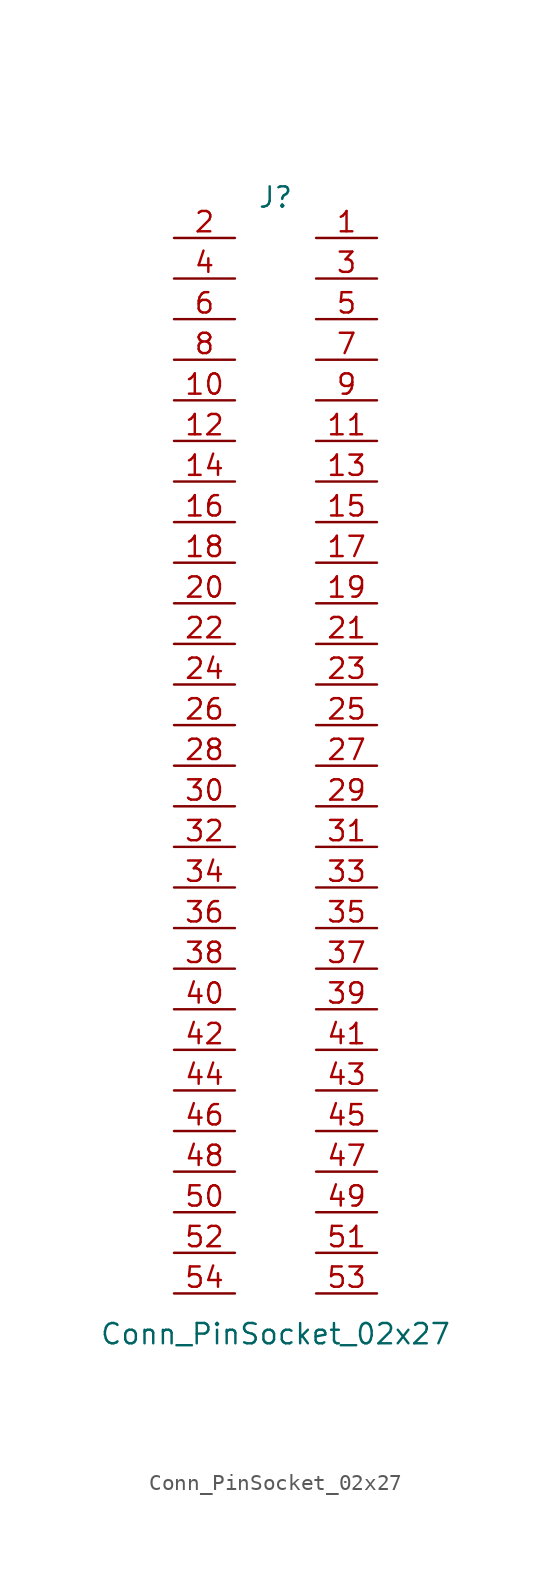
<source format=kicad_sym>
(kicad_symbol_lib
  (version 20241209)
  (generator "kicad_symbol_editor")
  (generator_version "9.0")
  (symbol "Conn_PinSocket_02x27"
    (pin_names
      (offset 1.016)
      (hide yes))
    (property "Reference" "J"
      (at 1.27 35.56 0)
      (effects (font (size 1.27 1.27))))
    (property "Value" "Conn_PinSocket_02x27"
      (at 1.27 -35.56 0)
      (effects (font (size 1.27 1.27))))
    (symbol "Conn_PinSocket_02x27_1_1"
      (rectangle private (start -1.27 34.29) (end 3.81 -34.29) (stroke (width 0.254) (type default)) (fill (type background)))
      (circle private (center 0 33.02) (radius 0.635) (stroke (width 0) (type solid) (color 132 0 0 1)) (fill (type none)))
      (circle private (center 0 30.48) (radius 0.635) (stroke (width 0) (type solid) (color 132 0 0 1)) (fill (type none)))
      (circle private (center 0 27.94) (radius 0.635) (stroke (width 0) (type solid) (color 132 0 0 1)) (fill (type none)))
      (circle private (center 0 25.4) (radius 0.635) (stroke (width 0) (type solid) (color 132 0 0 1)) (fill (type none)))
      (circle private (center 0 22.86) (radius 0.635) (stroke (width 0) (type solid) (color 132 0 0 1)) (fill (type none)))
      (circle private (center 0 20.32) (radius 0.635) (stroke (width 0) (type solid) (color 132 0 0 1)) (fill (type none)))
      (circle private (center 0 17.78) (radius 0.635) (stroke (width 0) (type solid) (color 132 0 0 1)) (fill (type none)))
      (circle private (center 0 15.24) (radius 0.635) (stroke (width 0) (type solid) (color 132 0 0 1)) (fill (type none)))
      (circle private (center 0 12.7) (radius 0.635) (stroke (width 0) (type solid) (color 132 0 0 1)) (fill (type none)))
      (circle private (center 0 10.16) (radius 0.635) (stroke (width 0) (type solid) (color 132 0 0 1)) (fill (type none)))
      (circle private (center 0 7.62) (radius 0.635) (stroke (width 0) (type solid) (color 132 0 0 1)) (fill (type none)))
      (circle private (center 0 5.08) (radius 0.635) (stroke (width 0) (type solid) (color 132 0 0 1)) (fill (type none)))
      (circle private (center 0 2.54) (radius 0.635) (stroke (width 0) (type solid) (color 132 0 0 1)) (fill (type none)))
      (circle private (center 0 0) (radius 0.635) (stroke (width 0) (type solid) (color 132 0 0 1)) (fill (type none)))
      (circle private (center 0 -2.54) (radius 0.635) (stroke (width 0) (type solid) (color 132 0 0 1)) (fill (type none)))
      (circle private (center 0 -5.08) (radius 0.635) (stroke (width 0) (type solid) (color 132 0 0 1)) (fill (type none)))
      (circle private (center 0 -7.62) (radius 0.635) (stroke (width 0) (type solid) (color 132 0 0 1)) (fill (type none)))
      (circle private (center 0 -10.16) (radius 0.635) (stroke (width 0) (type solid) (color 132 0 0 1)) (fill (type none)))
      (circle private (center 0 -12.7) (radius 0.635) (stroke (width 0) (type solid) (color 132 0 0 1)) (fill (type none)))
      (circle private (center 0 -15.24) (radius 0.635) (stroke (width 0) (type solid) (color 132 0 0 1)) (fill (type none)))
      (circle private (center 0 -17.78) (radius 0.635) (stroke (width 0) (type solid) (color 132 0 0 1)) (fill (type none)))
      (circle private (center 0 -20.32) (radius 0.635) (stroke (width 0) (type solid) (color 132 0 0 1)) (fill (type none)))
      (circle private (center 0 -22.86) (radius 0.635) (stroke (width 0) (type solid) (color 132 0 0 1)) (fill (type none)))
      (circle private (center 0 -25.4) (radius 0.635) (stroke (width 0) (type solid) (color 132 0 0 1)) (fill (type none)))
      (circle private (center 0 -27.94) (radius 0.635) (stroke (width 0) (type solid) (color 132 0 0 1)) (fill (type none)))
      (circle private (center 0 -30.48) (radius 0.635) (stroke (width 0) (type solid) (color 132 0 0 1)) (fill (type none)))
      (circle private (center 0 -33.02) (radius 0.635) (stroke (width 0) (type solid) (color 132 0 0 1)) (fill (type none)))
      (circle private (center 2.54 33.02) (radius 0.635) (stroke (width 0) (type solid) (color 132 0 0 1)) (fill (type none)))
      (circle private (center 2.54 30.48) (radius 0.635) (stroke (width 0) (type solid) (color 132 0 0 1)) (fill (type none)))
      (circle private (center 2.54 27.94) (radius 0.635) (stroke (width 0) (type solid) (color 132 0 0 1)) (fill (type none)))
      (circle private (center 2.54 25.4) (radius 0.635) (stroke (width 0) (type solid) (color 132 0 0 1)) (fill (type none)))
      (circle private (center 2.54 22.86) (radius 0.635) (stroke (width 0) (type solid) (color 132 0 0 1)) (fill (type none)))
      (circle private (center 2.54 20.32) (radius 0.635) (stroke (width 0) (type solid) (color 132 0 0 1)) (fill (type none)))
      (circle private (center 2.54 17.78) (radius 0.635) (stroke (width 0) (type solid) (color 132 0 0 1)) (fill (type none)))
      (circle private (center 2.54 15.24) (radius 0.635) (stroke (width 0) (type solid) (color 132 0 0 1)) (fill (type none)))
      (circle private (center 2.54 12.7) (radius 0.635) (stroke (width 0) (type solid) (color 132 0 0 1)) (fill (type none)))
      (circle private (center 2.54 10.16) (radius 0.635) (stroke (width 0) (type solid) (color 132 0 0 1)) (fill (type none)))
      (circle private (center 2.54 7.62) (radius 0.635) (stroke (width 0) (type solid) (color 132 0 0 1)) (fill (type none)))
      (circle private (center 2.54 5.08) (radius 0.635) (stroke (width 0) (type solid) (color 132 0 0 1)) (fill (type none)))
      (circle private (center 2.54 2.54) (radius 0.635) (stroke (width 0) (type solid) (color 132 0 0 1)) (fill (type none)))
      (circle private (center 2.54 0) (radius 0.635) (stroke (width 0) (type solid) (color 132 0 0 1)) (fill (type none)))
      (circle private (center 2.54 -2.54) (radius 0.635) (stroke (width 0) (type solid) (color 132 0 0 1)) (fill (type none)))
      (circle private (center 2.54 -5.08) (radius 0.635) (stroke (width 0) (type solid) (color 132 0 0 1)) (fill (type none)))
      (circle private (center 2.54 -7.62) (radius 0.635) (stroke (width 0) (type solid) (color 132 0 0 1)) (fill (type none)))
      (circle private (center 2.54 -10.16) (radius 0.635) (stroke (width 0) (type solid) (color 132 0 0 1)) (fill (type none)))
      (circle private (center 2.54 -12.7) (radius 0.635) (stroke (width 0) (type solid) (color 132 0 0 1)) (fill (type none)))
      (circle private (center 2.54 -15.24) (radius 0.635) (stroke (width 0) (type solid) (color 132 0 0 1)) (fill (type none)))
      (circle private (center 2.54 -17.78) (radius 0.635) (stroke (width 0) (type solid) (color 132 0 0 1)) (fill (type none)))
      (circle private (center 2.54 -20.32) (radius 0.635) (stroke (width 0) (type solid) (color 132 0 0 1)) (fill (type none)))
      (circle private (center 2.54 -22.86) (radius 0.635) (stroke (width 0) (type solid) (color 132 0 0 1)) (fill (type none)))
      (circle private (center 2.54 -25.4) (radius 0.635) (stroke (width 0) (type solid) (color 132 0 0 1)) (fill (type none)))
      (circle private (center 2.54 -27.94) (radius 0.635) (stroke (width 0) (type solid) (color 132 0 0 1)) (fill (type none)))
      (circle private (center 2.54 -30.48) (radius 0.635) (stroke (width 0) (type solid) (color 132 0 0 1)) (fill (type none)))
      (circle private (center 2.54 -33.02) (radius 0.635) (stroke (width 0) (type solid) (color 132 0 0 1)) (fill (type none)))
      (pin passive line (at -5.08 33.02 0) (length 3.81) (name "Pin_2" (effects (font (size 1.27 1.27)))) (number "2" (effects (font (size 1.27 1.27)))))
      (pin passive line (at -5.08 30.48 0) (length 3.81) (name "Pin_4" (effects (font (size 1.27 1.27)))) (number "4" (effects (font (size 1.27 1.27)))))
      (pin passive line (at -5.08 27.94 0) (length 3.81) (name "Pin_6" (effects (font (size 1.27 1.27)))) (number "6" (effects (font (size 1.27 1.27)))))
      (pin passive line (at -5.08 25.4 0) (length 3.81) (name "Pin_8" (effects (font (size 1.27 1.27)))) (number "8" (effects (font (size 1.27 1.27)))))
      (pin passive line (at -5.08 22.86 0) (length 3.81) (name "Pin_10" (effects (font (size 1.27 1.27)))) (number "10" (effects (font (size 1.27 1.27)))))
      (pin passive line (at -5.08 20.32 0) (length 3.81) (name "Pin_12" (effects (font (size 1.27 1.27)))) (number "12" (effects (font (size 1.27 1.27)))))
      (pin passive line (at -5.08 17.78 0) (length 3.81) (name "Pin_14" (effects (font (size 1.27 1.27)))) (number "14" (effects (font (size 1.27 1.27)))))
      (pin passive line (at -5.08 15.24 0) (length 3.81) (name "Pin_16" (effects (font (size 1.27 1.27)))) (number "16" (effects (font (size 1.27 1.27)))))
      (pin passive line (at -5.08 12.7 0) (length 3.81) (name "Pin_18" (effects (font (size 1.27 1.27)))) (number "18" (effects (font (size 1.27 1.27)))))
      (pin passive line (at -5.08 10.16 0) (length 3.81) (name "Pin_20" (effects (font (size 1.27 1.27)))) (number "20" (effects (font (size 1.27 1.27)))))
      (pin passive line (at -5.08 7.62 0) (length 3.81) (name "Pin_22" (effects (font (size 1.27 1.27)))) (number "22" (effects (font (size 1.27 1.27)))))
      (pin passive line (at -5.08 5.08 0) (length 3.81) (name "Pin_24" (effects (font (size 1.27 1.27)))) (number "24" (effects (font (size 1.27 1.27)))))
      (pin passive line (at -5.08 2.54 0) (length 3.81) (name "Pin_26" (effects (font (size 1.27 1.27)))) (number "26" (effects (font (size 1.27 1.27)))))
      (pin passive line (at -5.08 0 0) (length 3.81) (name "Pin_28" (effects (font (size 1.27 1.27)))) (number "28" (effects (font (size 1.27 1.27)))))
      (pin passive line (at -5.08 -2.54 0) (length 3.81) (name "Pin_30" (effects (font (size 1.27 1.27)))) (number "30" (effects (font (size 1.27 1.27)))))
      (pin passive line (at -5.08 -5.08 0) (length 3.81) (name "Pin_32" (effects (font (size 1.27 1.27)))) (number "32" (effects (font (size 1.27 1.27)))))
      (pin passive line (at -5.08 -7.62 0) (length 3.81) (name "Pin_34" (effects (font (size 1.27 1.27)))) (number "34" (effects (font (size 1.27 1.27)))))
      (pin passive line (at -5.08 -10.16 0) (length 3.81) (name "Pin_36" (effects (font (size 1.27 1.27)))) (number "36" (effects (font (size 1.27 1.27)))))
      (pin passive line (at -5.08 -12.7 0) (length 3.81) (name "Pin_38" (effects (font (size 1.27 1.27)))) (number "38" (effects (font (size 1.27 1.27)))))
      (pin passive line (at -5.08 -15.24 0) (length 3.81) (name "Pin_40" (effects (font (size 1.27 1.27)))) (number "40" (effects (font (size 1.27 1.27)))))
      (pin passive line (at -5.08 -17.78 0) (length 3.81) (name "Pin_42" (effects (font (size 1.27 1.27)))) (number "42" (effects (font (size 1.27 1.27)))))
      (pin passive line (at -5.08 -20.32 0) (length 3.81) (name "Pin_44" (effects (font (size 1.27 1.27)))) (number "44" (effects (font (size 1.27 1.27)))))
      (pin passive line (at -5.08 -22.86 0) (length 3.81) (name "Pin_46" (effects (font (size 1.27 1.27)))) (number "46" (effects (font (size 1.27 1.27)))))
      (pin passive line (at -5.08 -25.4 0) (length 3.81) (name "Pin_48" (effects (font (size 1.27 1.27)))) (number "48" (effects (font (size 1.27 1.27)))))
      (pin passive line (at -5.08 -27.94 0) (length 3.81) (name "Pin_50" (effects (font (size 1.27 1.27)))) (number "50" (effects (font (size 1.27 1.27)))))
      (pin passive line (at -5.08 -30.48 0) (length 3.81) (name "Pin_52" (effects (font (size 1.27 1.27)))) (number "52" (effects (font (size 1.27 1.27)))))
      (pin passive line (at -5.08 -33.02 0) (length 3.81) (name "Pin_54" (effects (font (size 1.27 1.27)))) (number "54" (effects (font (size 1.27 1.27)))))
      (pin passive line (at 7.62 33.02 180) (length 3.81) (name "Pin_1" (effects (font (size 1.27 1.27)))) (number "1" (effects (font (size 1.27 1.27)))))
      (pin passive line (at 7.62 30.48 180) (length 3.81) (name "Pin_3" (effects (font (size 1.27 1.27)))) (number "3" (effects (font (size 1.27 1.27)))))
      (pin passive line (at 7.62 27.94 180) (length 3.81) (name "Pin_5" (effects (font (size 1.27 1.27)))) (number "5" (effects (font (size 1.27 1.27)))))
      (pin passive line (at 7.62 25.4 180) (length 3.81) (name "Pin_7" (effects (font (size 1.27 1.27)))) (number "7" (effects (font (size 1.27 1.27)))))
      (pin passive line (at 7.62 22.86 180) (length 3.81) (name "Pin_9" (effects (font (size 1.27 1.27)))) (number "9" (effects (font (size 1.27 1.27)))))
      (pin passive line (at 7.62 20.32 180) (length 3.81) (name "Pin_11" (effects (font (size 1.27 1.27)))) (number "11" (effects (font (size 1.27 1.27)))))
      (pin passive line (at 7.62 17.78 180) (length 3.81) (name "Pin_13" (effects (font (size 1.27 1.27)))) (number "13" (effects (font (size 1.27 1.27)))))
      (pin passive line (at 7.62 15.24 180) (length 3.81) (name "Pin_15" (effects (font (size 1.27 1.27)))) (number "15" (effects (font (size 1.27 1.27)))))
      (pin passive line (at 7.62 12.7 180) (length 3.81) (name "Pin_17" (effects (font (size 1.27 1.27)))) (number "17" (effects (font (size 1.27 1.27)))))
      (pin passive line (at 7.62 10.16 180) (length 3.81) (name "Pin_19" (effects (font (size 1.27 1.27)))) (number "19" (effects (font (size 1.27 1.27)))))
      (pin passive line (at 7.62 7.62 180) (length 3.81) (name "Pin_21" (effects (font (size 1.27 1.27)))) (number "21" (effects (font (size 1.27 1.27)))))
      (pin passive line (at 7.62 5.08 180) (length 3.81) (name "Pin_23" (effects (font (size 1.27 1.27)))) (number "23" (effects (font (size 1.27 1.27)))))
      (pin passive line (at 7.62 2.54 180) (length 3.81) (name "Pin_25" (effects (font (size 1.27 1.27)))) (number "25" (effects (font (size 1.27 1.27)))))
      (pin passive line (at 7.62 0 180) (length 3.81) (name "Pin_27" (effects (font (size 1.27 1.27)))) (number "27" (effects (font (size 1.27 1.27)))))
      (pin passive line (at 7.62 -2.54 180) (length 3.81) (name "Pin_29" (effects (font (size 1.27 1.27)))) (number "29" (effects (font (size 1.27 1.27)))))
      (pin passive line (at 7.62 -5.08 180) (length 3.81) (name "Pin_31" (effects (font (size 1.27 1.27)))) (number "31" (effects (font (size 1.27 1.27)))))
      (pin passive line (at 7.62 -7.62 180) (length 3.81) (name "Pin_33" (effects (font (size 1.27 1.27)))) (number "33" (effects (font (size 1.27 1.27)))))
      (pin passive line (at 7.62 -10.16 180) (length 3.81) (name "Pin_35" (effects (font (size 1.27 1.27)))) (number "35" (effects (font (size 1.27 1.27)))))
      (pin passive line (at 7.62 -12.7 180) (length 3.81) (name "Pin_37" (effects (font (size 1.27 1.27)))) (number "37" (effects (font (size 1.27 1.27)))))
      (pin passive line (at 7.62 -15.24 180) (length 3.81) (name "Pin_39" (effects (font (size 1.27 1.27)))) (number "39" (effects (font (size 1.27 1.27)))))
      (pin passive line (at 7.62 -17.78 180) (length 3.81) (name "Pin_41" (effects (font (size 1.27 1.27)))) (number "41" (effects (font (size 1.27 1.27)))))
      (pin passive line (at 7.62 -20.32 180) (length 3.81) (name "Pin_43" (effects (font (size 1.27 1.27)))) (number "43" (effects (font (size 1.27 1.27)))))
      (pin passive line (at 7.62 -22.86 180) (length 3.81) (name "Pin_45" (effects (font (size 1.27 1.27)))) (number "45" (effects (font (size 1.27 1.27)))))
      (pin passive line (at 7.62 -25.4 180) (length 3.81) (name "Pin_47" (effects (font (size 1.27 1.27)))) (number "47" (effects (font (size 1.27 1.27)))))
      (pin passive line (at 7.62 -27.94 180) (length 3.81) (name "Pin_49" (effects (font (size 1.27 1.27)))) (number "49" (effects (font (size 1.27 1.27)))))
      (pin passive line (at 7.62 -30.48 180) (length 3.81) (name "Pin_51" (effects (font (size 1.27 1.27)))) (number "51" (effects (font (size 1.27 1.27)))))
      (pin passive line (at 7.62 -33.02 180) (length 3.81) (name "Pin_53" (effects (font (size 1.27 1.27)))) (number "53" (effects (font (size 1.27 1.27))))))))
</source>
